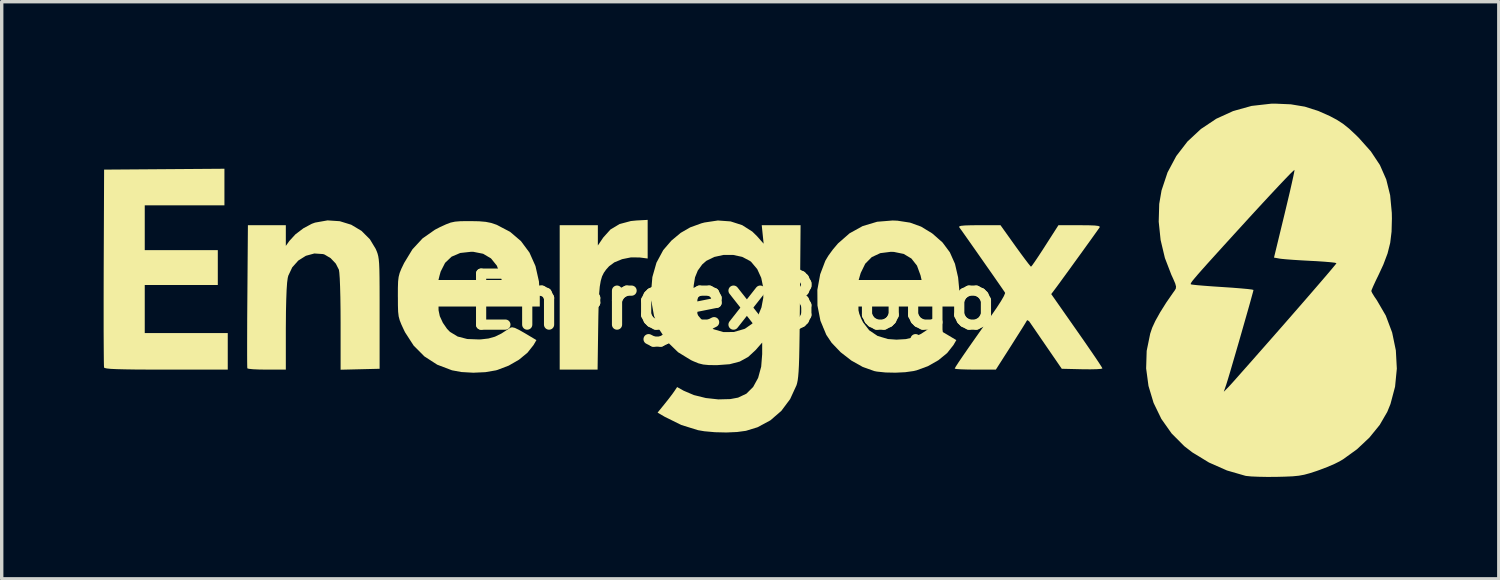
<source format=kicad_pcb>
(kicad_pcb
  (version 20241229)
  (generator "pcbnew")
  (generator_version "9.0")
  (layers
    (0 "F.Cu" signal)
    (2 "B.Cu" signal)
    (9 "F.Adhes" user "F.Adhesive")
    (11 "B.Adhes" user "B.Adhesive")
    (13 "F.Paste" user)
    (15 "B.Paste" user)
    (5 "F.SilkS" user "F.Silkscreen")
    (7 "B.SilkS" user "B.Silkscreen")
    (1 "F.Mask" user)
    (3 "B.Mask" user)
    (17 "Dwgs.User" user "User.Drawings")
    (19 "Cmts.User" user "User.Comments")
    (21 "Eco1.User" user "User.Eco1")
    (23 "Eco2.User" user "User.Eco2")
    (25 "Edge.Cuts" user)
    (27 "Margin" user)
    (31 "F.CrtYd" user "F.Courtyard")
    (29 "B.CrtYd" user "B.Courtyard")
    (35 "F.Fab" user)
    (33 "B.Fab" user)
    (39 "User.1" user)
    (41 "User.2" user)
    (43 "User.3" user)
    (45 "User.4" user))
  (footprint "Energex8Logo"
    (layer "F.Cu")
    (at 18.502 5.825)
    (property "Reference" "Energex8Logo" (at 0 0 0) (layer "F.SilkS") (effects (font (size 1.5 1.5) (thickness 0.3))))
    (attr board_only exclude_from_pos_files exclude_from_bom)
    (fp_poly (pts (xy -2.491 -1.836) (xy -2.491 -1.267) (xy -2.729 -1.298) (xy -2.983 -1.3) (xy -3.242 -1.248) (xy -3.473 -1.153) (xy -3.626 -1.04) (xy -3.712 -0.944) (xy -3.78 -0.849) (xy -3.833 -0.742) (xy -3.872 -0.61) (xy -3.901 -0.44) (xy -3.92 -0.221) (xy -3.933 0.062) (xy -3.942 0.42) (xy -3.947 0.745) (xy -3.965 2.003) (xy -4.523 2.003) (xy -5.08 2.003) (xy -5.08 -0.122) (xy -5.08 -2.247) (xy -4.518 -2.247) (xy -3.957 -2.247) (xy -3.957 -1.948) (xy -3.957 -1.65) (xy -3.798 -1.885) (xy -3.586 -2.121) (xy -3.317 -2.282) (xy -2.986 -2.37) (xy -2.824 -2.386) (xy -2.491 -2.404)) (stroke (width 0) (type solid)) (fill yes) (layer "F.SilkS"))
    (fp_poly (pts (xy -14.947 -3.371) (xy -14.947 -2.833) (xy -16.119 -2.833) (xy -17.292 -2.833) (xy -17.292 -2.174) (xy -17.292 -1.514) (xy -16.217 -1.514) (xy -15.142 -1.514) (xy -15.142 -1.001) (xy -15.142 -0.488) (xy -16.217 -0.488) (xy -17.292 -0.488) (xy -17.292 0.22) (xy -17.292 0.928) (xy -16.07 0.928) (xy -14.849 0.928) (xy -14.849 1.465) (xy -14.849 2.003) (xy -16.658 2.003) (xy -17.15 2.002) (xy -17.551 2) (xy -17.87 1.995) (xy -18.114 1.989) (xy -18.29 1.981) (xy -18.406 1.969) (xy -18.47 1.955) (xy -18.489 1.942) (xy -18.493 1.883) (xy -18.496 1.735) (xy -18.498 1.507) (xy -18.5 1.208) (xy -18.502 0.846) (xy -18.502 0.431) (xy -18.502 -0.03) (xy -18.501 -0.528) (xy -18.5 -1.001) (xy -18.488 -3.883) (xy -16.718 -3.896) (xy -14.947 -3.909)) (stroke (width 0) (type solid)) (fill yes) (layer "F.SilkS"))
    (fp_poly (pts (xy -11.552 -2.365) (xy -11.215 -2.261) (xy -10.914 -2.081) (xy -10.666 -1.833) (xy -10.496 -1.552) (xy -10.465 -1.48) (xy -10.44 -1.412) (xy -10.42 -1.335) (xy -10.405 -1.238) (xy -10.394 -1.111) (xy -10.387 -0.941) (xy -10.383 -0.719) (xy -10.381 -0.431) (xy -10.38 -0.067) (xy -10.38 0.342) (xy -10.38 1.978) (xy -10.954 1.992) (xy -11.528 2.006) (xy -11.528 0.624) (xy -11.53 0.234) (xy -11.535 -0.122) (xy -11.543 -0.431) (xy -11.553 -0.679) (xy -11.566 -0.854) (xy -11.578 -0.937) (xy -11.67 -1.117) (xy -11.821 -1.277) (xy -11.999 -1.383) (xy -12.045 -1.398) (xy -12.301 -1.415) (xy -12.55 -1.347) (xy -12.773 -1.207) (xy -12.951 -1.008) (xy -13.068 -0.76) (xy -13.084 -0.694) (xy -13.102 -0.56) (xy -13.117 -0.342) (xy -13.128 -0.054) (xy -13.136 0.291) (xy -13.139 0.678) (xy -13.14 0.784) (xy -13.14 2.003) (xy -13.698 2.003) (xy -13.921 2) (xy -14.104 1.992) (xy -14.228 1.979) (xy -14.273 1.966) (xy -14.276 1.911) (xy -14.278 1.768) (xy -14.279 1.549) (xy -14.279 1.262) (xy -14.278 0.918) (xy -14.277 0.528) (xy -14.274 0.102) (xy -14.272 -0.159) (xy -14.256 -2.247) (xy -13.698 -2.247) (xy -13.14 -2.247) (xy -13.14 -1.942) (xy -13.14 -1.638) (xy -13.036 -1.784) (xy -12.858 -1.978) (xy -12.624 -2.156) (xy -12.376 -2.289) (xy -12.279 -2.324) (xy -11.912 -2.389)) (stroke (width 0) (type solid)) (fill yes) (layer "F.SilkS"))
    (fp_poly (pts (xy 4.86 -2.38) (xy 5.231 -2.323) (xy 5.555 -2.206) (xy 5.872 -2.013) (xy 5.9 -1.992) (xy 6.187 -1.739) (xy 6.402 -1.45) (xy 6.553 -1.111) (xy 6.645 -0.711) (xy 6.679 -0.354) (xy 6.706 0.147) (xy 5.209 0.147) (xy 3.712 0.147) (xy 3.713 0.256) (xy 3.737 0.36) (xy 3.796 0.507) (xy 3.848 0.611) (xy 4.03 0.847) (xy 4.276 1.012) (xy 4.581 1.103) (xy 4.832 1.121) (xy 5.105 1.105) (xy 5.335 1.052) (xy 5.555 0.951) (xy 5.8 0.789) (xy 5.836 0.762) (xy 5.913 0.763) (xy 6.061 0.825) (xy 6.244 0.926) (xy 6.593 1.134) (xy 6.508 1.28) (xy 6.323 1.515) (xy 6.064 1.727) (xy 5.756 1.902) (xy 5.422 2.024) (xy 5.334 2.045) (xy 5.09 2.079) (xy 4.802 2.093) (xy 4.51 2.087) (xy 4.257 2.061) (xy 4.181 2.046) (xy 3.842 1.926) (xy 3.502 1.735) (xy 3.188 1.491) (xy 2.924 1.215) (xy 2.766 0.979) (xy 2.593 0.563) (xy 2.506 0.116) (xy 2.503 -0.345) (xy 2.556 -0.635) (xy 3.719 -0.635) (xy 4.645 -0.635) (xy 5.57 -0.635) (xy 5.54 -0.769) (xy 5.435 -1.057) (xy 5.27 -1.267) (xy 5.044 -1.402) (xy 4.756 -1.461) (xy 4.665 -1.464) (xy 4.355 -1.425) (xy 4.104 -1.308) (xy 3.912 -1.114) (xy 3.779 -0.841) (xy 3.762 -0.785) (xy 3.719 -0.635) (xy 2.556 -0.635) (xy 2.586 -0.802) (xy 2.737 -1.2) (xy 2.826 -1.349) (xy 2.957 -1.529) (xy 3.103 -1.702) (xy 3.111 -1.711) (xy 3.45 -2.008) (xy 3.837 -2.222) (xy 4.263 -2.349) (xy 4.719 -2.386)) (stroke (width 0) (type solid)) (fill yes) (layer "F.SilkS"))
    (fp_poly (pts (xy -7.718 -2.368) (xy -7.454 -2.363) (xy -7.257 -2.346) (xy -7.096 -2.314) (xy -6.94 -2.261) (xy -6.929 -2.256) (xy -6.54 -2.052) (xy -6.22 -1.779) (xy -5.97 -1.442) (xy -5.793 -1.045) (xy -5.691 -0.593) (xy -5.666 -0.198) (xy -5.666 0.147) (xy -7.156 0.147) (xy -8.646 0.147) (xy -8.645 0.256) (xy -8.609 0.429) (xy -8.519 0.624) (xy -8.395 0.804) (xy -8.309 0.892) (xy -8.083 1.029) (xy -7.801 1.102) (xy -7.452 1.115) (xy -7.393 1.112) (xy -7.175 1.087) (xy -6.986 1.034) (xy -6.796 0.941) (xy -6.571 0.795) (xy -6.541 0.774) (xy -6.484 0.756) (xy -6.399 0.775) (xy -6.267 0.839) (xy -6.114 0.926) (xy -5.765 1.134) (xy -5.85 1.28) (xy -6.027 1.504) (xy -6.278 1.711) (xy -6.58 1.885) (xy -6.91 2.011) (xy -6.959 2.025) (xy -7.27 2.078) (xy -7.623 2.094) (xy -7.973 2.074) (xy -8.25 2.023) (xy -8.684 1.858) (xy -9.062 1.614) (xy -9.379 1.295) (xy -9.631 0.905) (xy -9.661 0.844) (xy -9.736 0.683) (xy -9.787 0.556) (xy -9.819 0.437) (xy -9.835 0.3) (xy -9.841 0.118) (xy -9.842 -0.134) (xy -9.843 -0.149) (xy -9.842 -0.404) (xy -9.836 -0.588) (xy -9.831 -0.635) (xy -8.648 -0.635) (xy -7.718 -0.635) (xy -6.788 -0.635) (xy -6.82 -0.769) (xy -6.93 -1.057) (xy -7.102 -1.27) (xy -7.334 -1.407) (xy -7.622 -1.464) (xy -7.687 -1.465) (xy -8.007 -1.43) (xy -8.262 -1.321) (xy -8.453 -1.139) (xy -8.583 -0.883) (xy -8.615 -0.769) (xy -8.648 -0.635) (xy -9.831 -0.635) (xy -9.82 -0.725) (xy -9.79 -0.842) (xy -9.741 -0.964) (xy -9.667 -1.117) (xy -9.656 -1.139) (xy -9.414 -1.537) (xy -9.116 -1.859) (xy -8.752 -2.114) (xy -8.6 -2.193) (xy -8.427 -2.272) (xy -8.291 -2.324) (xy -8.16 -2.352) (xy -8.002 -2.365) (xy -7.786 -2.368)) (stroke (width 0) (type solid)) (fill yes) (layer "F.SilkS"))
    (fp_poly (pts (xy 8.329 -1.636) (xy 8.481 -1.426) (xy 8.614 -1.247) (xy 8.716 -1.113) (xy 8.778 -1.038) (xy 8.791 -1.026) (xy 8.825 -1.065) (xy 8.901 -1.172) (xy 9.01 -1.334) (xy 9.141 -1.534) (xy 9.207 -1.637) (xy 9.598 -2.247) (xy 10.224 -2.247) (xy 10.489 -2.245) (xy 10.668 -2.238) (xy 10.772 -2.225) (xy 10.814 -2.205) (xy 10.812 -2.186) (xy 10.773 -2.13) (xy 10.687 -2.009) (xy 10.564 -1.837) (xy 10.414 -1.629) (xy 10.248 -1.398) (xy 10.075 -1.16) (xy 9.907 -0.927) (xy 9.752 -0.715) (xy 9.623 -0.537) (xy 9.528 -0.408) (xy 9.496 -0.366) (xy 9.386 -0.22) (xy 10.139 0.855) (xy 10.339 1.141) (xy 10.518 1.401) (xy 10.671 1.624) (xy 10.789 1.8) (xy 10.865 1.918) (xy 10.893 1.967) (xy 10.893 1.968) (xy 10.847 1.981) (xy 10.722 1.99) (xy 10.537 1.994) (xy 10.311 1.992) (xy 10.294 1.992) (xy 9.696 1.978) (xy 9.243 1.319) (xy 9.087 1.092) (xy 8.948 0.889) (xy 8.836 0.726) (xy 8.762 0.619) (xy 8.74 0.586) (xy 8.689 0.547) (xy 8.667 0.562) (xy 8.635 0.617) (xy 8.559 0.741) (xy 8.448 0.917) (xy 8.312 1.131) (xy 8.201 1.307) (xy 7.756 2.003) (xy 7.151 2.003) (xy 6.92 2) (xy 6.73 1.994) (xy 6.599 1.985) (xy 6.546 1.974) (xy 6.545 1.973) (xy 6.573 1.92) (xy 6.655 1.793) (xy 6.786 1.6) (xy 6.962 1.345) (xy 7.18 1.034) (xy 7.435 0.674) (xy 7.631 0.399) (xy 7.783 0.179) (xy 7.906 -0.011) (xy 7.99 -0.157) (xy 8.027 -0.244) (xy 8.027 -0.26) (xy 7.99 -0.316) (xy 7.907 -0.437) (xy 7.787 -0.61) (xy 7.64 -0.821) (xy 7.476 -1.055) (xy 7.305 -1.299) (xy 7.137 -1.539) (xy 6.981 -1.761) (xy 6.848 -1.95) (xy 6.747 -2.093) (xy 6.687 -2.175) (xy 6.679 -2.186) (xy 6.678 -2.212) (xy 6.731 -2.229) (xy 6.849 -2.24) (xy 7.044 -2.246) (xy 7.262 -2.247) (xy 7.893 -2.247)) (stroke (width 0) (type solid)) (fill yes) (layer "F.SilkS"))
    (fp_poly (pts (xy -0.05 -2.359) (xy 0.291 -2.249) (xy 0.588 -2.06) (xy 0.729 -1.922) (xy 0.922 -1.703) (xy 0.894 -1.975) (xy 0.866 -2.247) (xy 1.437 -2.247) (xy 2.009 -2.247) (xy 1.99 -0.012) (xy 1.985 0.526) (xy 1.98 0.975) (xy 1.974 1.345) (xy 1.968 1.644) (xy 1.96 1.882) (xy 1.95 2.067) (xy 1.938 2.21) (xy 1.924 2.318) (xy 1.907 2.401) (xy 1.889 2.463) (xy 1.702 2.87) (xy 1.443 3.217) (xy 1.12 3.496) (xy 0.743 3.699) (xy 0.401 3.804) (xy 0.141 3.839) (xy -0.174 3.853) (xy -0.509 3.845) (xy -0.823 3.817) (xy -1.01 3.785) (xy -1.502 3.632) (xy -1.991 3.39) (xy -2.199 3.268) (xy -1.991 3.012) (xy -1.87 2.86) (xy -1.764 2.72) (xy -1.704 2.636) (xy -1.624 2.516) (xy -1.431 2.624) (xy -1.131 2.752) (xy -0.779 2.839) (xy -0.411 2.879) (xy -0.06 2.87) (xy 0.17 2.827) (xy 0.415 2.711) (xy 0.613 2.514) (xy 0.76 2.246) (xy 0.85 1.916) (xy 0.879 1.547) (xy 0.879 1.207) (xy 0.686 1.427) (xy 0.468 1.629) (xy 0.219 1.766) (xy -0.079 1.844) (xy -0.446 1.871) (xy -0.464 1.871) (xy -0.69 1.869) (xy -0.855 1.853) (xy -0.996 1.818) (xy -1.149 1.755) (xy -1.221 1.721) (xy -1.596 1.491) (xy -1.905 1.192) (xy -2.142 0.833) (xy -2.304 0.423) (xy -2.385 -0.03) (xy -2.393 -0.24) (xy -1.146 -0.24) (xy -1.144 -0.027) (xy -1.13 0.121) (xy -1.098 0.237) (xy -1.039 0.353) (xy -1.001 0.417) (xy -0.801 0.654) (xy -0.55 0.815) (xy -0.263 0.898) (xy 0.044 0.896) (xy 0.355 0.806) (xy 0.379 0.795) (xy 0.591 0.646) (xy 0.751 0.432) (xy 0.858 0.172) (xy 0.912 -0.115) (xy 0.91 -0.412) (xy 0.851 -0.698) (xy 0.734 -0.954) (xy 0.558 -1.164) (xy 0.518 -1.196) (xy 0.291 -1.315) (xy 0.023 -1.373) (xy -0.26 -1.372) (xy -0.531 -1.313) (xy -0.764 -1.199) (xy -0.886 -1.092) (xy -1.016 -0.913) (xy -1.097 -0.714) (xy -1.137 -0.47) (xy -1.146 -0.24) (xy -2.393 -0.24) (xy -2.393 -0.244) (xy -2.353 -0.72) (xy -2.232 -1.145) (xy -2.032 -1.516) (xy -1.791 -1.795) (xy -1.519 -2.022) (xy -1.24 -2.183) (xy -0.913 -2.302) (xy -0.818 -2.327) (xy -0.424 -2.386)) (stroke (width 0) (type solid)) (fill yes) (layer "F.SilkS"))
    (fp_poly (pts (xy 16.437 -5.805) (xy 16.85 -5.736) (xy 17.252 -5.607) (xy 17.585 -5.459) (xy 17.794 -5.348) (xy 17.975 -5.231) (xy 18.156 -5.086) (xy 18.362 -4.893) (xy 18.441 -4.814) (xy 18.793 -4.419) (xy 19.059 -4.018) (xy 19.245 -3.595) (xy 19.36 -3.131) (xy 19.409 -2.61) (xy 19.412 -2.442) (xy 19.402 -2.058) (xy 19.362 -1.727) (xy 19.284 -1.416) (xy 19.161 -1.09) (xy 19.026 -0.798) (xy 18.933 -0.607) (xy 18.86 -0.448) (xy 18.815 -0.341) (xy 18.806 -0.309) (xy 18.832 -0.25) (xy 18.9 -0.139) (xy 18.969 -0.039) (xy 19.232 0.413) (xy 19.419 0.911) (xy 19.528 1.437) (xy 19.557 1.974) (xy 19.505 2.506) (xy 19.37 3.015) (xy 19.275 3.248) (xy 19.052 3.632) (xy 18.749 4.004) (xy 18.384 4.347) (xy 17.975 4.642) (xy 17.87 4.704) (xy 17.72 4.779) (xy 17.512 4.868) (xy 17.282 4.956) (xy 17.186 4.99) (xy 16.994 5.052) (xy 16.832 5.096) (xy 16.673 5.125) (xy 16.491 5.143) (xy 16.259 5.153) (xy 16.022 5.159) (xy 15.748 5.161) (xy 15.49 5.156) (xy 15.274 5.147) (xy 15.123 5.132) (xy 15.097 5.127) (xy 14.558 4.971) (xy 14.028 4.737) (xy 13.539 4.439) (xy 13.303 4.257) (xy 12.93 3.883) (xy 12.627 3.454) (xy 12.398 2.982) (xy 12.248 2.483) (xy 12.179 1.967) (xy 12.195 1.45) (xy 12.299 0.943) (xy 12.357 0.77) (xy 12.45 0.569) (xy 12.592 0.315) (xy 12.771 0.03) (xy 12.974 -0.263) (xy 13.017 -0.322) (xy 13.052 -0.38) (xy 13.059 -0.443) (xy 13.04 -0.513) (xy 13.491 -0.513) (xy 13.495 -0.507) (xy 13.549 -0.497) (xy 13.686 -0.482) (xy 13.888 -0.465) (xy 14.141 -0.446) (xy 14.429 -0.427) (xy 14.429 -0.427) (xy 14.714 -0.408) (xy 14.963 -0.388) (xy 15.16 -0.37) (xy 15.29 -0.354) (xy 15.338 -0.342) (xy 15.338 -0.341) (xy 15.325 -0.286) (xy 15.288 -0.151) (xy 15.233 0.049) (xy 15.162 0.299) (xy 15.08 0.586) (xy 14.992 0.895) (xy 14.901 1.211) (xy 14.811 1.521) (xy 14.727 1.809) (xy 14.653 2.062) (xy 14.592 2.266) (xy 14.549 2.404) (xy 14.535 2.449) (xy 14.464 2.655) (xy 14.605 2.512) (xy 14.665 2.447) (xy 14.783 2.316) (xy 14.95 2.127) (xy 15.161 1.889) (xy 15.408 1.609) (xy 15.684 1.296) (xy 15.982 0.957) (xy 16.263 0.637) (xy 16.569 0.286) (xy 16.854 -0.041) (xy 17.112 -0.339) (xy 17.338 -0.601) (xy 17.523 -0.817) (xy 17.663 -0.983) (xy 17.751 -1.089) (xy 17.78 -1.129) (xy 17.734 -1.143) (xy 17.607 -1.158) (xy 17.416 -1.174) (xy 17.177 -1.19) (xy 17.035 -1.197) (xy 16.76 -1.212) (xy 16.506 -1.228) (xy 16.296 -1.244) (xy 16.152 -1.258) (xy 16.116 -1.263) (xy 15.942 -1.294) (xy 16.25 -2.564) (xy 16.331 -2.903) (xy 16.404 -3.21) (xy 16.464 -3.474) (xy 16.51 -3.681) (xy 16.538 -3.819) (xy 16.545 -3.875) (xy 16.511 -3.848) (xy 16.417 -3.757) (xy 16.272 -3.607) (xy 16.082 -3.407) (xy 15.854 -3.163) (xy 15.594 -2.883) (xy 15.309 -2.574) (xy 15.141 -2.39) (xy 14.764 -1.977) (xy 14.448 -1.63) (xy 14.188 -1.343) (xy 13.978 -1.111) (xy 13.814 -0.927) (xy 13.69 -0.786) (xy 13.601 -0.681) (xy 13.541 -0.608) (xy 13.507 -0.559) (xy 13.492 -0.529) (xy 13.491 -0.513) (xy 13.04 -0.513) (xy 13.034 -0.534) (xy 12.973 -0.676) (xy 12.922 -0.786) (xy 12.731 -1.282) (xy 12.605 -1.812) (xy 12.549 -2.351) (xy 12.564 -2.874) (xy 12.632 -3.27) (xy 12.809 -3.801) (xy 13.067 -4.284) (xy 13.397 -4.712) (xy 13.792 -5.079) (xy 14.243 -5.38) (xy 14.743 -5.608) (xy 15.283 -5.758) (xy 15.857 -5.823) (xy 15.973 -5.825)) (stroke (width 0) (type solid)) (fill yes) (layer "F.SilkS")))
  (gr_rect
    (start -3 -3)
    (end 41.06 13.986)
    (stroke (width 0.1) (type default))
    (fill no)
    (layer "Edge.Cuts")))
</source>
